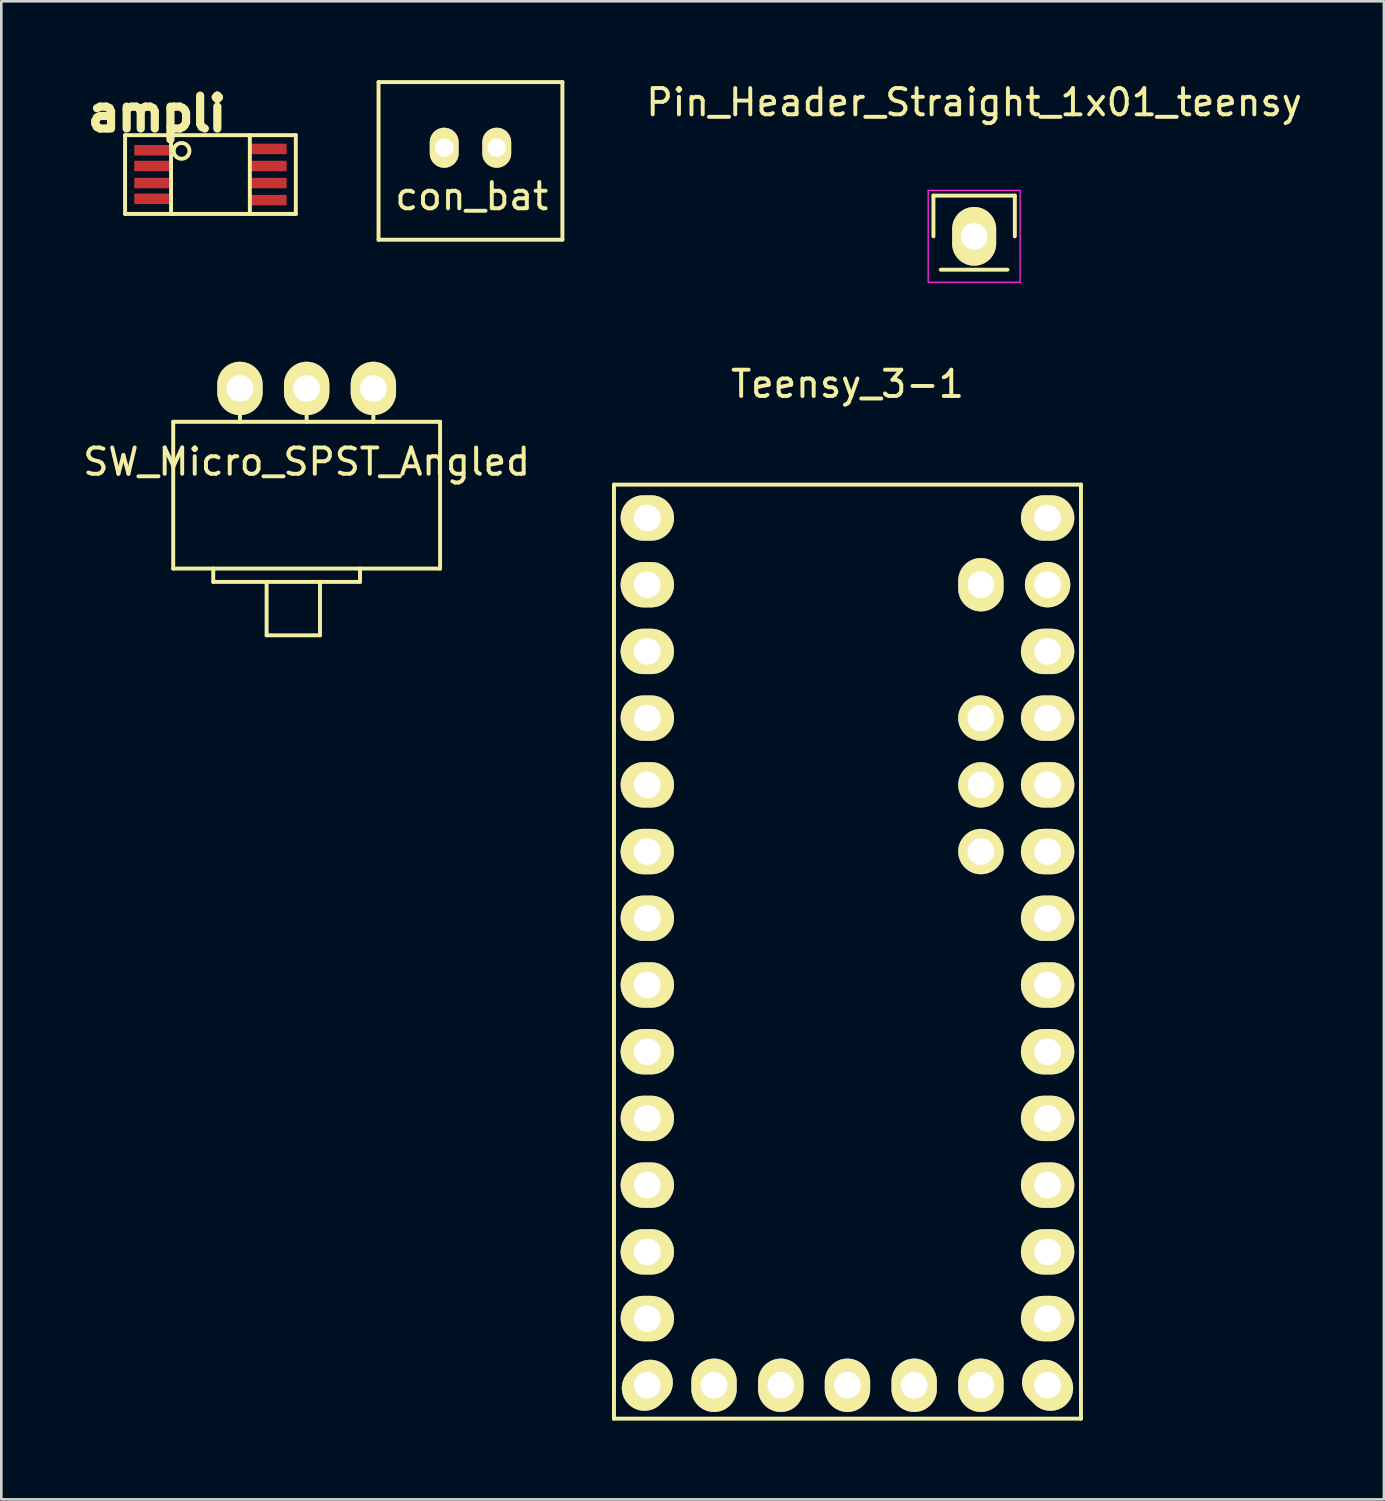
<source format=kicad_pcb>
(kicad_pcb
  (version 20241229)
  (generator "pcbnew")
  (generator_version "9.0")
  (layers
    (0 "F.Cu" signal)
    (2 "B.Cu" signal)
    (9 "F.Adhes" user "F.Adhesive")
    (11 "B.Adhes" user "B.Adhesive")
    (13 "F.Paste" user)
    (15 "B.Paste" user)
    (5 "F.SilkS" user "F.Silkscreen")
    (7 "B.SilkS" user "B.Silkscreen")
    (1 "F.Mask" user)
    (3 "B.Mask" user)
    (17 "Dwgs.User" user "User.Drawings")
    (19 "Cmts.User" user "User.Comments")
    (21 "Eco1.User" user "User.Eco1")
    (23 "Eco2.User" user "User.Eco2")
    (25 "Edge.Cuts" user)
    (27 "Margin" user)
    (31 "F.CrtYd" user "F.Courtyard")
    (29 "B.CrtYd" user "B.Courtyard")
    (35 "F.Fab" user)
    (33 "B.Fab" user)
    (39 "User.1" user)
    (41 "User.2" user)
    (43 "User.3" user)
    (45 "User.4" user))
  (footprint "Pin_Header_Straight_1x01_teensy"
    (layer "F.Cu")
    (at 34.038 5.948)
    (property "Reference" "Pin_Header_Straight_1x01_teensy" (at 0 -5.1 0) (layer "F.SilkS") (effects (font (size 1 1) (thickness 0.15))))
    (attr through_hole)
    (fp_line (start -1.55 -1.55) (end 1.55 -1.55) (stroke (width 0.15) (type solid)) (layer "F.SilkS"))
    (fp_line (start -1.55 0) (end -1.55 -1.55) (stroke (width 0.15) (type solid)) (layer "F.SilkS"))
    (fp_line (start -1.27 1.27) (end 1.27 1.27) (stroke (width 0.15) (type solid)) (layer "F.SilkS"))
    (fp_line (start 1.55 -1.55) (end 1.55 0) (stroke (width 0.15) (type solid)) (layer "F.SilkS"))
    (fp_line (start -1.75 -1.75) (end -1.75 1.75) (stroke (width 0.05) (type solid)) (layer "F.CrtYd"))
    (fp_line (start -1.75 -1.75) (end 1.75 -1.75) (stroke (width 0.05) (type solid)) (layer "F.CrtYd"))
    (fp_line (start -1.75 1.75) (end 1.75 1.75) (stroke (width 0.05) (type solid)) (layer "F.CrtYd"))
    (fp_line (start 1.75 -1.75) (end 1.75 1.75) (stroke (width 0.05) (type solid)) (layer "F.CrtYd"))
    (pad "VUSB" thru_hole oval (at 0 0) (size 1.676 2.235) (drill 1.016) (layers "*.Cu" "*.Mask" "F.SilkS")))
  (footprint "con_bat"
    (layer "F.Cu")
    (at 14.862 2.575)
    (property "Reference" "con_bat" (at 0.05 1.85 0) (layer "F.SilkS") (effects (font (size 1 1) (thickness 0.15))))
    (attr through_hole)
    (fp_line (start -3.5 -2.5) (end 3.5 -2.5) (stroke (width 0.15) (type solid)) (layer "F.SilkS"))
    (fp_line (start -3.5 3.5) (end -3.5 -2.5) (stroke (width 0.15) (type solid)) (layer "F.SilkS"))
    (fp_line (start 3.5 -2.5) (end 3.5 3.5) (stroke (width 0.15) (type solid)) (layer "F.SilkS"))
    (fp_line (start 3.5 3.5) (end -3.5 3.5) (stroke (width 0.15) (type solid)) (layer "F.SilkS"))
    (pad "1" thru_hole oval (at -1 0) (size 1.1 1.524) (drill 0.7) (layers "*.Cu" "*.Mask" "F.SilkS"))
    (pad "2" thru_hole oval (at 1 0) (size 1.1 1.524) (drill 0.7) (layers "*.Cu" "*.Mask" "F.SilkS")))
  (footprint "SW_Micro_SPST_Angled"
    (layer "F.Cu")
    (at 8.625 11.739)
    (property "Reference" "SW_Micro_SPST_Angled" (at 0 2.794 0) (layer "F.SilkS") (effects (font (size 1 1) (thickness 0.15))))
    (attr through_hole)
    (fp_line (start -5.08 1.27) (end -5.08 6.858) (stroke (width 0.15) (type solid)) (layer "F.SilkS"))
    (fp_line (start -5.08 1.27) (end 5.08 1.27) (stroke (width 0.15) (type solid)) (layer "F.SilkS"))
    (fp_line (start -3.556 6.858) (end -3.556 7.366) (stroke (width 0.15) (type solid)) (layer "F.SilkS"))
    (fp_line (start -3.556 7.366) (end 2.032 7.366) (stroke (width 0.15) (type solid)) (layer "F.SilkS"))
    (fp_line (start -2.54 0) (end -2.54 1.27) (stroke (width 0.15) (type solid)) (layer "F.SilkS"))
    (fp_line (start -1.524 7.366) (end -1.524 9.398) (stroke (width 0.15) (type solid)) (layer "F.SilkS"))
    (fp_line (start -1.524 9.398) (end 0.508 9.398) (stroke (width 0.15) (type solid)) (layer "F.SilkS"))
    (fp_line (start 0 0) (end 0 1.27) (stroke (width 0.15) (type solid)) (layer "F.SilkS"))
    (fp_line (start 0.508 7.366) (end 0.508 9.398) (stroke (width 0.15) (type solid)) (layer "F.SilkS"))
    (fp_line (start 2.032 7.366) (end 2.032 6.858) (stroke (width 0.15) (type solid)) (layer "F.SilkS"))
    (fp_line (start 2.54 0) (end 2.54 1.27) (stroke (width 0.15) (type solid)) (layer "F.SilkS"))
    (fp_line (start 5.08 1.27) (end 5.08 6.858) (stroke (width 0.15) (type solid)) (layer "F.SilkS"))
    (fp_line (start 5.08 6.858) (end -5.08 6.858) (stroke (width 0.15) (type solid)) (layer "F.SilkS"))
    (pad "1" thru_hole oval (at -2.54 0) (size 1.727 2.032) (drill 1.016) (layers "*.Cu" "*.Mask" "F.SilkS"))
    (pad "2" thru_hole oval (at 0 0) (size 1.727 2.032) (drill 1.016) (layers "*.Cu" "*.Mask" "F.SilkS"))
    (pad "3" thru_hole oval (at 2.54 0) (size 1.727 2.032) (drill 1.016) (layers "*.Cu" "*.Mask" "F.SilkS")))
  (footprint "Teensy_3-1"
    (layer "F.Cu")
    (at 29.215 33.181)
    (property "Reference" "Teensy_3-1" (at 0 -21.61 0) (layer "F.SilkS") (effects (font (size 1 1) (thickness 0.15))))
    (attr through_hole)
    (fp_line (start -8.89 -17.78) (end 8.89 -17.78) (stroke (width 0.15) (type solid)) (layer "F.SilkS"))
    (fp_line (start -8.89 17.78) (end -8.89 -17.78) (stroke (width 0.15) (type solid)) (layer "F.SilkS"))
    (fp_line (start 8.89 -17.78) (end 8.89 17.78) (stroke (width 0.15) (type solid)) (layer "F.SilkS"))
    (fp_line (start 8.89 17.78) (end -8.89 17.78) (stroke (width 0.15) (type solid)) (layer "F.SilkS"))
    (pad "0" thru_hole oval (at -7.62 -13.97) (size 2.032 1.727) (drill 1.016) (layers "*.Cu" "*.Mask" "F.SilkS"))
    (pad "1" thru_hole oval (at -7.62 -11.43) (size 2.032 1.727) (drill 1.016) (layers "*.Cu" "*.Mask" "F.SilkS"))
    (pad "2" thru_hole oval (at -7.62 -8.89) (size 2.032 1.727) (drill 1.016) (layers "*.Cu" "*.Mask" "F.SilkS"))
    (pad "3" thru_hole oval (at -7.62 -6.35) (size 2.032 1.727) (drill 1.016) (layers "*.Cu" "*.Mask" "F.SilkS"))
    (pad "3.3V" thru_hole oval (at 7.62 -11.43) (size 2.032 1.727) (drill 1.016) (layers "*.Cu" "*.Mask" "F.SilkS"))
    (pad "4" thru_hole oval (at -7.62 -3.81) (size 2.032 1.727) (drill 1.016) (layers "*.Cu" "*.Mask" "F.SilkS"))
    (pad "5" thru_hole oval (at -7.62 -1.27) (size 2.032 1.727) (drill 1.016) (layers "*.Cu" "*.Mask" "F.SilkS"))
    (pad "6" thru_hole oval (at -7.62 1.27) (size 2.032 1.727) (drill 1.016) (layers "*.Cu" "*.Mask" "F.SilkS"))
    (pad "7" thru_hole oval (at -7.62 3.81) (size 2.032 1.727) (drill 1.016) (layers "*.Cu" "*.Mask" "F.SilkS"))
    (pad "8" thru_hole oval (at -7.62 6.35) (size 2.032 1.727) (drill 1.016) (layers "*.Cu" "*.Mask" "F.SilkS"))
    (pad "9" thru_hole oval (at -7.62 8.89) (size 2.032 1.727) (drill 1.016) (layers "*.Cu" "*.Mask" "F.SilkS"))
    (pad "10" thru_hole oval (at -7.62 11.43) (size 2.032 1.727) (drill 1.016) (layers "*.Cu" "*.Mask" "F.SilkS"))
    (pad "11" thru_hole oval (at -7.62 13.97) (size 2.032 1.727) (drill 1.016) (layers "*.Cu" "*.Mask" "F.SilkS"))
    (pad "12" thru_hole oval (at -7.62 16.51 45) (size 2.032 1.727) (drill 1.016) (layers "*.Cu" "*.Mask" "F.SilkS"))
    (pad "13" thru_hole oval (at 7.62 16.51 315) (size 2.032 1.727) (drill 1.016) (layers "*.Cu" "*.Mask" "F.SilkS"))
    (pad "14" thru_hole oval (at 7.62 13.97) (size 2.032 1.727) (drill 1.016) (layers "*.Cu" "*.Mask" "F.SilkS"))
    (pad "15" thru_hole oval (at 7.62 11.43) (size 2.032 1.727) (drill 1.016) (layers "*.Cu" "*.Mask" "F.SilkS"))
    (pad "16" thru_hole oval (at 7.62 8.89) (size 2.032 1.727) (drill 1.016) (layers "*.Cu" "*.Mask" "F.SilkS"))
    (pad "17" thru_hole oval (at 7.62 6.35) (size 2.032 1.727) (drill 1.016) (layers "*.Cu" "*.Mask" "F.SilkS"))
    (pad "18" thru_hole oval (at 7.62 3.81) (size 2.032 1.727) (drill 1.016) (layers "*.Cu" "*.Mask" "F.SilkS"))
    (pad "19" thru_hole oval (at 7.62 1.27) (size 2.032 1.727) (drill 1.016) (layers "*.Cu" "*.Mask" "F.SilkS"))
    (pad "20" thru_hole oval (at 7.62 -1.27) (size 2.032 1.727) (drill 1.016) (layers "*.Cu" "*.Mask" "F.SilkS"))
    (pad "21" thru_hole oval (at 7.62 -3.81) (size 2.032 1.727) (drill 1.016) (layers "*.Cu" "*.Mask" "F.SilkS"))
    (pad "22" thru_hole oval (at 7.62 -6.35) (size 2.032 1.727) (drill 1.016) (layers "*.Cu" "*.Mask" "F.SilkS"))
    (pad "23" thru_hole oval (at 7.62 -8.89) (size 2.032 1.727) (drill 1.016) (layers "*.Cu" "*.Mask" "F.SilkS"))
    (pad "A10" thru_hole oval (at 5.08 -6.35) (size 1.727 1.727) (drill 1.016) (layers "*.Cu" "*.Mask" "F.SilkS"))
    (pad "A11" thru_hole oval (at 5.08 -3.81) (size 1.727 1.727) (drill 1.016) (layers "*.Cu" "*.Mask" "F.SilkS"))
    (pad "AGND" thru_hole oval (at 7.62 -13.97) (size 1.727 1.727) (drill 1.016) (layers "*.Cu" "*.Mask" "F.SilkS"))
    (pad "AREF" thru_hole oval (at 5.08 -8.89) (size 1.727 1.727) (drill 1.016) (layers "*.Cu" "*.Mask" "F.SilkS"))
    (pad "BGND" thru_hole oval (at 0 16.51) (size 1.727 2.032) (drill 1.016) (layers "*.Cu" "*.Mask" "F.SilkS"))
    (pad "DAC" thru_hole oval (at 5.08 16.51) (size 1.727 2.032) (drill 1.016) (layers "*.Cu" "*.Mask" "F.SilkS"))
    (pad "GND" thru_hole oval (at -7.62 -16.51) (size 2.032 1.727) (drill 1.016) (layers "*.Cu" "*.Mask" "F.SilkS"))
    (pad "NU" thru_hole oval (at -2.54 16.51) (size 1.727 2.032) (drill 1.016) (layers "*.Cu" "*.Mask" "F.SilkS"))
    (pad "Prog" thru_hole oval (at 2.54 16.51) (size 1.727 2.032) (drill 1.016) (layers "*.Cu" "*.Mask" "F.SilkS"))
    (pad "VIN" thru_hole oval (at 7.62 -16.51) (size 2.032 1.727) (drill 1.016) (layers "*.Cu" "*.Mask" "F.SilkS"))
    (pad "VUSB" thru_hole oval (at 5.08 -13.97) (size 1.727 2.032) (drill 1.016) (layers "*.Cu" "*.Mask" "F.SilkS"))
    (pad "Vbat" thru_hole oval (at -5.08 16.51) (size 1.727 2.032) (drill 1.016) (layers "*.Cu" "*.Mask" "F.SilkS")))
  (footprint "ampli"
    (layer "F.Cu")
    (at 4.962 3.595)
    (property "Reference" "ampli" (at -2.029 -2.315 0) (layer "F.SilkS") (effects (font (size 1.25 1.25) (thickness 0.312))))
    (attr through_hole)
    (fp_line (start -3.25 -1.5) (end -3.25 1.5) (stroke (width 0.15) (type solid)) (layer "F.SilkS"))
    (fp_line (start -3.25 -1.5) (end 3.25 -1.5) (stroke (width 0.15) (type solid)) (layer "F.SilkS"))
    (fp_line (start -1.5 -1.5) (end -1.5 1.5) (stroke (width 0.15) (type solid)) (layer "F.SilkS"))
    (fp_line (start 1.5 -1.5) (end 1.5 1.5) (stroke (width 0.15) (type solid)) (layer "F.SilkS"))
    (fp_line (start 3.25 -1.5) (end 3.25 1.5) (stroke (width 0.15) (type solid)) (layer "F.SilkS"))
    (fp_line (start 3.25 1.5) (end -3.25 1.5) (stroke (width 0.15) (type solid)) (layer "F.SilkS"))
    (fp_circle (center -1.1 -0.9) (end -0.8 -0.9) (stroke (width 0.15) (type solid)) (fill no) (layer "F.SilkS"))
    (pad "1" smd rect (at -2.2 -0.925) (size 1.4 0.4) (layers "F.Cu" "F.Mask" "F.Paste"))
    (pad "2" smd rect (at -2.2 -0.325) (size 1.4 0.4) (layers "F.Cu" "F.Mask" "F.Paste"))
    (pad "3" smd rect (at -2.2 0.325) (size 1.4 0.4) (layers "F.Cu" "F.Mask" "F.Paste"))
    (pad "4" smd rect (at -2.2 0.925) (size 1.4 0.4) (layers "F.Cu" "F.Mask" "F.Paste"))
    (pad "5" smd rect (at 2.2 0.975) (size 1.4 0.4) (layers "F.Cu" "F.Mask" "F.Paste"))
    (pad "6" smd rect (at 2.2 0.325) (size 1.4 0.4) (layers "F.Cu" "F.Mask" "F.Paste"))
    (pad "7" smd rect (at 2.2 -0.325) (size 1.4 0.4) (layers "F.Cu" "F.Mask" "F.Paste"))
    (pad "8" smd rect (at 2.2 -0.975) (size 1.4 0.4) (layers "F.Cu" "F.Mask" "F.Paste")))
  (gr_rect
    (start -3 -3)
    (end 49.639 54.036)
    (stroke (width 0.1) (type default))
    (fill no)
    (layer "Edge.Cuts")))
</source>
